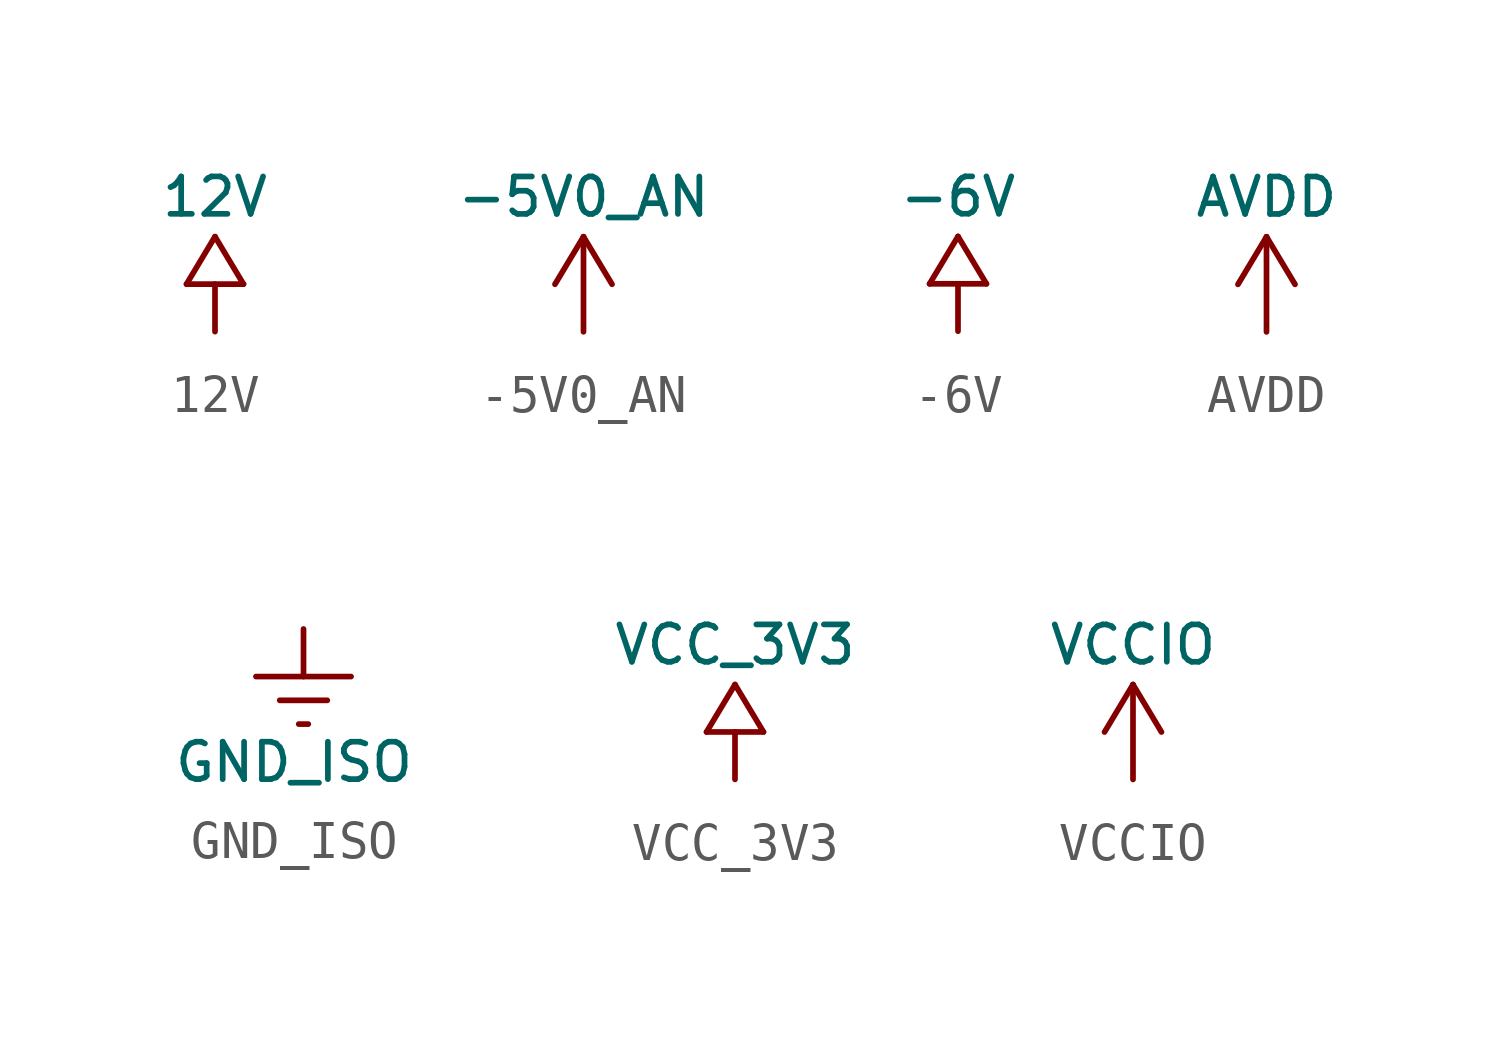
<source format=kicad_sym>
(kicad_symbol_lib
  (version 20241209)
  (generator "kicad_symbol_editor")
  (generator_version "9.0")
  (symbol "12V"
    (power)
    (pin_names
      (offset 0))
    (property "Reference" "#PWR?"
      (at 0 -3.81 0)
      (effects (font (size 1.27 1.27)) (hide yes)))
    (property "Value" "12V"
      (at 0 3.605 0)
      (effects (font (size 1 1))))
    (symbol "12V_0_1"
      (polyline (pts (xy -0.762 1.27) (xy 0 2.54)) (stroke (width 0) (type default)) (fill (type none)))
      (polyline (pts (xy -0.762 1.27) (xy 0.762 1.27)) (stroke (width 0) (type default)) (fill (type none)))
      (polyline (pts (xy 0 2.54) (xy 0.762 1.27)) (stroke (width 0) (type default)) (fill (type none)))
      (polyline (pts (xy 0 0) (xy 0 1.27)) (stroke (width 0) (type default)) (fill (type none))))
    (symbol "12V_1_1"
      (pin power_in line (at 0 0 90) (length 0) (hide yes) (name "12V" (effects (font (size 1.27 1.27)))) (number "1" (effects (font (size 1.27 1.27)))))))
  (symbol "-5V0_AN"
    (power)
    (pin_names
      (offset 0))
    (property "Reference" "#PWR?"
      (at 0 -3.81 0)
      (effects (font (size 1.27 1.27)) (hide yes)))
    (property "Value" "-5V0_AN"
      (at 0 3.605 0)
      (effects (font (size 1 1))))
    (symbol "-5V0_AN_0_1"
      (polyline (pts (xy -0.762 1.27) (xy 0 2.54)) (stroke (width 0) (type default)) (fill (type none)))
      (polyline (pts (xy 0 2.54) (xy 0.762 1.27)) (stroke (width 0) (type default)) (fill (type none)))
      (polyline (pts (xy 0 0) (xy 0 2.54)) (stroke (width 0) (type default)) (fill (type none))))
    (symbol "-5V0_AN_1_1"
      (pin power_in line (at 0 0 90) (length 0) (hide yes) (name "-5V0_AN" (effects (font (size 1.27 1.27)))) (number "1" (effects (font (size 1.27 1.27)))))))
  (symbol "-6V"
    (power)
    (pin_names
      (offset 0))
    (property "Reference" "#PWR?"
      (at 0 -3.81 0)
      (effects (font (size 1.27 1.27)) (hide yes)))
    (property "Value" "-6V"
      (at 0 3.605 0)
      (effects (font (size 1 1))))
    (symbol "-6V_0_1"
      (polyline (pts (xy -0.762 1.27) (xy 0 2.54)) (stroke (width 0) (type default)) (fill (type none)))
      (polyline (pts (xy -0.762 1.27) (xy 0.762 1.27)) (stroke (width 0) (type default)) (fill (type none)))
      (polyline (pts (xy 0 2.54) (xy 0.762 1.27)) (stroke (width 0) (type default)) (fill (type none)))
      (polyline (pts (xy 0 0) (xy 0 1.27)) (stroke (width 0) (type default)) (fill (type none))))
    (symbol "-6V_1_1"
      (pin power_in line (at 0 0 90) (length 0) (hide yes) (name "-6V" (effects (font (size 1.27 1.27)))) (number "1" (effects (font (size 1.27 1.27)))))))
  (symbol "AVDD"
    (power)
    (pin_names
      (offset 0))
    (property "Reference" "#PWR?"
      (at 0 -3.81 0)
      (effects (font (size 1.27 1.27)) (hide yes)))
    (property "Value" "AVDD"
      (at 0 3.605 0)
      (effects (font (size 1 1))))
    (symbol "AVDD_0_1"
      (polyline (pts (xy -0.762 1.27) (xy 0 2.54)) (stroke (width 0) (type default)) (fill (type none)))
      (polyline (pts (xy 0 2.54) (xy 0.762 1.27)) (stroke (width 0) (type default)) (fill (type none)))
      (polyline (pts (xy 0 0) (xy 0 2.54)) (stroke (width 0) (type default)) (fill (type none))))
    (symbol "AVDD_1_1"
      (pin power_in line (at 0 0 90) (length 0) (hide yes) (name "AVDD" (effects (font (size 1.27 1.27)))) (number "1" (effects (font (size 1.27 1.27)))))))
  (symbol "GND_ISO"
    (power)
    (pin_names
      (offset 0))
    (property "Reference" "#PWR?"
      (at 0 -3.81 0)
      (effects (font (size 1.27 1.27)) (hide yes)))
    (property "Value" "GND_ISO"
      (at -0.254 -3.556 0)
      (effects (font (size 1 1))))
    (symbol "GND_ISO_0_1"
      (polyline (pts (xy -0.635 -1.905) (xy 0.635 -1.905)) (stroke (width 0) (type default)) (fill (type none)))
      (polyline (pts (xy -0.127 -2.54) (xy 0.127 -2.54)) (stroke (width 0) (type default)) (fill (type none)))
      (polyline (pts (xy 0 -1.27) (xy 0 0)) (stroke (width 0) (type default)) (fill (type none)))
      (polyline (pts (xy 1.27 -1.27) (xy -1.27 -1.27)) (stroke (width 0) (type default)) (fill (type none))))
    (symbol "GND_ISO_1_1"
      (pin power_in line (at 0 0 270) (length 0) (hide yes) (name "GND_ISO" (effects (font (size 1.27 1.27)))) (number "1" (effects (font (size 1.27 1.27)))))))
  (symbol "VCC_3V3"
    (power)
    (pin_names
      (offset 0))
    (property "Reference" "#PWR?"
      (at 0 -3.81 0)
      (effects (font (size 1.27 1.27)) (hide yes)))
    (property "Value" "VCC_3V3"
      (at 0 3.605 0)
      (effects (font (size 1 1))))
    (symbol "VCC_3V3_0_1"
      (polyline (pts (xy -0.762 1.27) (xy 0 2.54)) (stroke (width 0) (type default)) (fill (type none)))
      (polyline (pts (xy -0.762 1.27) (xy 0.762 1.27)) (stroke (width 0) (type default)) (fill (type none)))
      (polyline (pts (xy 0 2.54) (xy 0.762 1.27)) (stroke (width 0) (type default)) (fill (type none)))
      (polyline (pts (xy 0 0) (xy 0 1.27)) (stroke (width 0) (type default)) (fill (type none))))
    (symbol "VCC_3V3_1_1"
      (pin power_in line (at 0 0 90) (length 0) (hide yes) (name "VCC_3V3" (effects (font (size 1.27 1.27)))) (number "1" (effects (font (size 1.27 1.27)))))))
  (symbol "VCCIO"
    (power)
    (pin_names
      (offset 0))
    (property "Reference" "#PWR?"
      (at 0 -3.81 0)
      (effects (font (size 1.27 1.27)) (hide yes)))
    (property "Value" "VCCIO"
      (at 0 3.605 0)
      (effects (font (size 1 1))))
    (symbol "VCCIO_0_1"
      (polyline (pts (xy -0.762 1.27) (xy 0 2.54)) (stroke (width 0) (type default)) (fill (type none)))
      (polyline (pts (xy 0 2.54) (xy 0.762 1.27)) (stroke (width 0) (type default)) (fill (type none)))
      (polyline (pts (xy 0 0) (xy 0 2.54)) (stroke (width 0) (type default)) (fill (type none))))
    (symbol "VCCIO_1_1"
      (pin power_in line (at 0 0 90) (length 0) (hide yes) (name "VCCIO" (effects (font (size 1.27 1.27)))) (number "1" (effects (font (size 1.27 1.27))))))))
</source>
